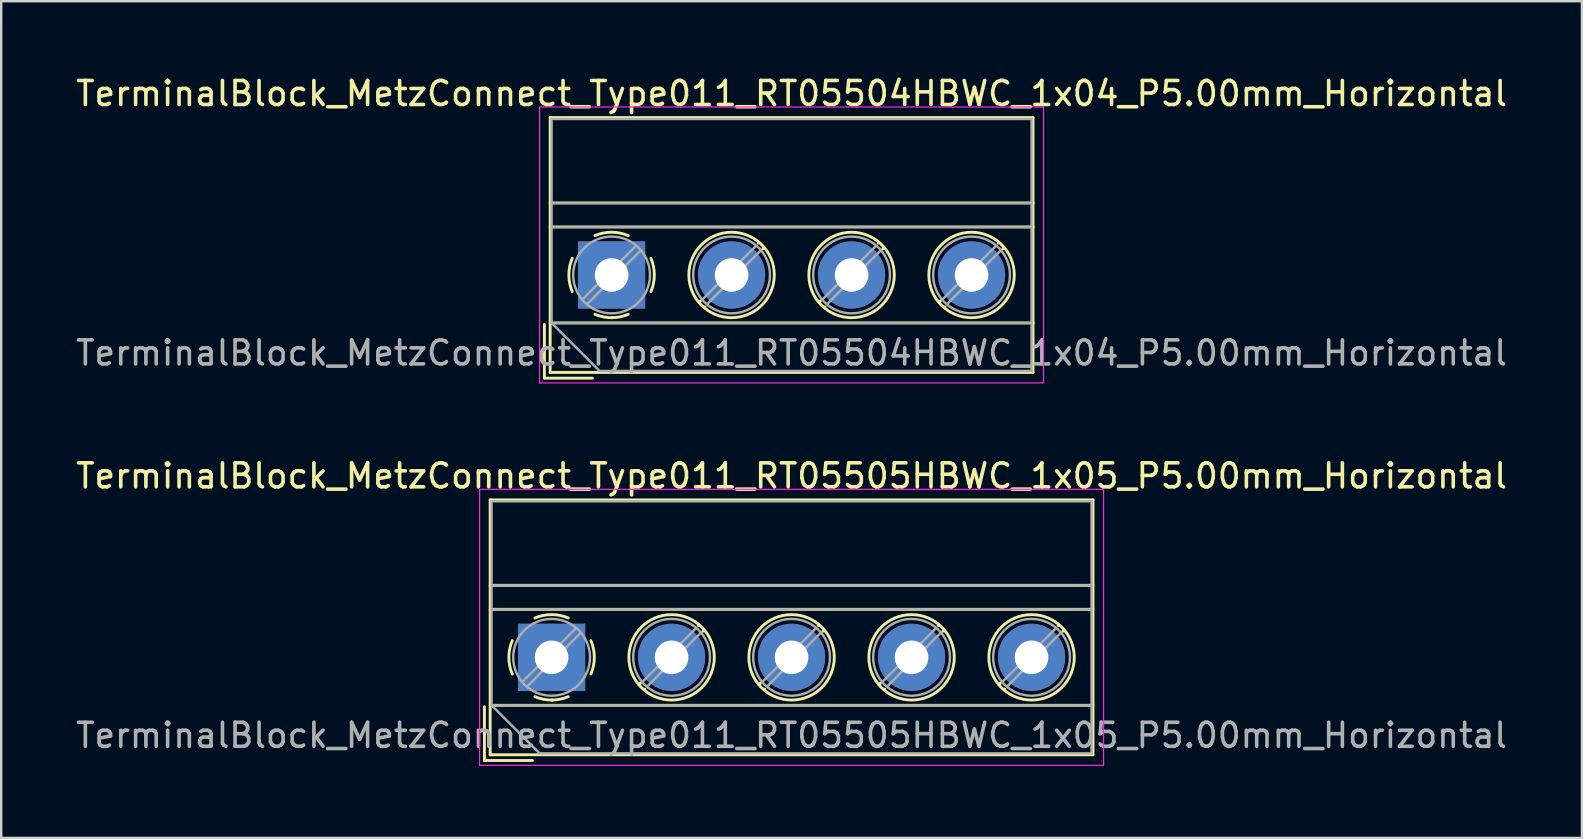
<source format=kicad_pcb>
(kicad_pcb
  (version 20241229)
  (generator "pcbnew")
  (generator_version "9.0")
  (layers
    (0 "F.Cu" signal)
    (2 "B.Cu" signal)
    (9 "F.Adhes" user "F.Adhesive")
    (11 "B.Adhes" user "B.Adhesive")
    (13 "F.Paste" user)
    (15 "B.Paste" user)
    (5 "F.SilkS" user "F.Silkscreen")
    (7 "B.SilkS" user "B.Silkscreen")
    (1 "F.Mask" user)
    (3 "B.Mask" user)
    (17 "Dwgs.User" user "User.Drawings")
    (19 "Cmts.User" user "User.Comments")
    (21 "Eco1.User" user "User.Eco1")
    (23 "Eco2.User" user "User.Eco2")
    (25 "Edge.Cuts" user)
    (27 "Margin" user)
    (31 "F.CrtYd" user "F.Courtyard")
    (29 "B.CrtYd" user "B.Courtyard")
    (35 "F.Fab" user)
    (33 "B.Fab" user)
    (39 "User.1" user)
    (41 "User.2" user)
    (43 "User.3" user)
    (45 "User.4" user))
  (footprint "TerminalBlock_MetzConnect_Type011_RT05504HBWC_1x04_P5.00mm_Horizontal"
    (layer "F.Cu")
    (at 22.435 8.408)
    (property "Reference" "TerminalBlock_MetzConnect_Type011_RT05504HBWC_1x04_P5.00mm_Horizontal" (at 7.5 -7.56 0) (layer "F.SilkS") (effects (font (size 1 1) (thickness 0.15))))
    (attr through_hole)
    (fp_line (start -2.8 2.06) (end -2.8 4.3) (stroke (width 0.12) (type solid)) (layer "F.SilkS"))
    (fp_line (start -2.8 4.3) (end -0.8 4.3) (stroke (width 0.12) (type solid)) (layer "F.SilkS"))
    (fp_line (start -2.56 -6.56) (end -2.56 4.06) (stroke (width 0.12) (type solid)) (layer "F.SilkS"))
    (fp_line (start -2.56 -6.56) (end 17.561 -6.56) (stroke (width 0.12) (type solid)) (layer "F.SilkS"))
    (fp_line (start -2.56 -3) (end 17.561 -3) (stroke (width 0.12) (type solid)) (layer "F.SilkS"))
    (fp_line (start -2.56 -2) (end 17.561 -2) (stroke (width 0.12) (type solid)) (layer "F.SilkS"))
    (fp_line (start -2.56 2) (end 17.561 2) (stroke (width 0.12) (type solid)) (layer "F.SilkS"))
    (fp_line (start -2.56 4.06) (end 17.561 4.06) (stroke (width 0.12) (type solid)) (layer "F.SilkS"))
    (fp_line (start 3.7 1.083) (end 3.65 1.133) (stroke (width 0.12) (type solid)) (layer "F.SilkS"))
    (fp_line (start 3.892 1.325) (end 3.868 1.35) (stroke (width 0.12) (type solid)) (layer "F.SilkS"))
    (fp_line (start 6.133 -1.35) (end 6.108 -1.326) (stroke (width 0.12) (type solid)) (layer "F.SilkS"))
    (fp_line (start 6.35 -1.133) (end 6.301 -1.083) (stroke (width 0.12) (type solid)) (layer "F.SilkS"))
    (fp_line (start 8.7 1.083) (end 8.65 1.133) (stroke (width 0.12) (type solid)) (layer "F.SilkS"))
    (fp_line (start 8.892 1.325) (end 8.868 1.35) (stroke (width 0.12) (type solid)) (layer "F.SilkS"))
    (fp_line (start 11.133 -1.35) (end 11.108 -1.326) (stroke (width 0.12) (type solid)) (layer "F.SilkS"))
    (fp_line (start 11.35 -1.133) (end 11.301 -1.083) (stroke (width 0.12) (type solid)) (layer "F.SilkS"))
    (fp_line (start 13.7 1.083) (end 13.65 1.133) (stroke (width 0.12) (type solid)) (layer "F.SilkS"))
    (fp_line (start 13.892 1.325) (end 13.868 1.35) (stroke (width 0.12) (type solid)) (layer "F.SilkS"))
    (fp_line (start 16.133 -1.35) (end 16.108 -1.326) (stroke (width 0.12) (type solid)) (layer "F.SilkS"))
    (fp_line (start 16.35 -1.133) (end 16.301 -1.083) (stroke (width 0.12) (type solid)) (layer "F.SilkS"))
    (fp_line (start 17.561 -6.56) (end 17.561 4.06) (stroke (width 0.12) (type solid)) (layer "F.SilkS"))
    (fp_arc (start -1.639206 0.695516) (mid -1.780657 -0.000263) (end -1.639 -0.696) (stroke (width 0.12) (type solid)) (layer "F.SilkS"))
    (fp_arc (start -0.695516 -1.639206) (mid 0.000263 -1.780657) (end 0.696 -1.639) (stroke (width 0.12) (type solid)) (layer "F.SilkS"))
    (fp_arc (start 0.030814 1.78039) (mid -0.340023 1.747891) (end -0.696 1.639) (stroke (width 0.12) (type solid)) (layer "F.SilkS"))
    (fp_arc (start 0.695501 1.638499) (mid 0.354875 1.744266) (end 0 1.78) (stroke (width 0.12) (type solid)) (layer "F.SilkS"))
    (fp_arc (start 1.639206 -0.695516) (mid 1.780657 0.000263) (end 1.639 0.696) (stroke (width 0.12) (type solid)) (layer "F.SilkS"))
    (fp_circle (center 5 0) (end 6.78 0) (stroke (width 0.12) (type solid)) (fill no) (layer "F.SilkS"))
    (fp_circle (center 10 0) (end 11.78 0) (stroke (width 0.12) (type solid)) (fill no) (layer "F.SilkS"))
    (fp_circle (center 15 0) (end 16.78 0) (stroke (width 0.12) (type solid)) (fill no) (layer "F.SilkS"))
    (fp_line (start -3 -7) (end -3 4.5) (stroke (width 0.05) (type solid)) (layer "F.CrtYd"))
    (fp_line (start -3 4.5) (end 18 4.5) (stroke (width 0.05) (type solid)) (layer "F.CrtYd"))
    (fp_line (start 18 -7) (end -3 -7) (stroke (width 0.05) (type solid)) (layer "F.CrtYd"))
    (fp_line (start 18 4.5) (end 18 -7) (stroke (width 0.05) (type solid)) (layer "F.CrtYd"))
    (fp_line (start -2.5 -6.5) (end 17.5 -6.5) (stroke (width 0.1) (type solid)) (layer "F.Fab"))
    (fp_line (start -2.5 -3) (end 17.5 -3) (stroke (width 0.1) (type solid)) (layer "F.Fab"))
    (fp_line (start -2.5 -2) (end 17.5 -2) (stroke (width 0.1) (type solid)) (layer "F.Fab"))
    (fp_line (start -2.5 2) (end -2.5 -6.5) (stroke (width 0.1) (type solid)) (layer "F.Fab"))
    (fp_line (start -2.5 2) (end 17.5 2) (stroke (width 0.1) (type solid)) (layer "F.Fab"))
    (fp_line (start -0.5 4) (end -2.5 2) (stroke (width 0.1) (type solid)) (layer "F.Fab"))
    (fp_line (start 1.019 -1.214) (end -1.214 1.018) (stroke (width 0.1) (type solid)) (layer "F.Fab"))
    (fp_line (start 1.214 -1.019) (end -1.019 1.214) (stroke (width 0.1) (type solid)) (layer "F.Fab"))
    (fp_line (start 6.019 -1.214) (end 3.787 1.018) (stroke (width 0.1) (type solid)) (layer "F.Fab"))
    (fp_line (start 6.214 -1.019) (end 3.982 1.214) (stroke (width 0.1) (type solid)) (layer "F.Fab"))
    (fp_line (start 11.019 -1.214) (end 8.787 1.018) (stroke (width 0.1) (type solid)) (layer "F.Fab"))
    (fp_line (start 11.214 -1.019) (end 8.982 1.214) (stroke (width 0.1) (type solid)) (layer "F.Fab"))
    (fp_line (start 16.019 -1.214) (end 13.787 1.018) (stroke (width 0.1) (type solid)) (layer "F.Fab"))
    (fp_line (start 16.214 -1.019) (end 13.982 1.214) (stroke (width 0.1) (type solid)) (layer "F.Fab"))
    (fp_line (start 17.5 -6.5) (end 17.5 4) (stroke (width 0.1) (type solid)) (layer "F.Fab"))
    (fp_line (start 17.5 4) (end -0.5 4) (stroke (width 0.1) (type solid)) (layer "F.Fab"))
    (fp_circle (center 0 0) (end 1.6 0) (stroke (width 0.1) (type solid)) (fill no) (layer "F.Fab"))
    (fp_circle (center 5 0) (end 6.6 0) (stroke (width 0.1) (type solid)) (fill no) (layer "F.Fab"))
    (fp_circle (center 10 0) (end 11.6 0) (stroke (width 0.1) (type solid)) (fill no) (layer "F.Fab"))
    (fp_circle (center 15 0) (end 16.6 0) (stroke (width 0.1) (type solid)) (fill no) (layer "F.Fab"))
    (fp_text user "${REFERENCE}" (at 7.5 3.25 0) (layer "F.Fab") (effects (font (size 1 1) (thickness 0.15))))
    (pad "1" thru_hole rect (at 0 0) (size 2.8 2.8) (drill 1.4) (layers "*.Cu" "*.Mask"))
    (pad "2" thru_hole circle (at 5 0) (size 2.8 2.8) (drill 1.4) (layers "*.Cu" "*.Mask"))
    (pad "3" thru_hole circle (at 10 0) (size 2.8 2.8) (drill 1.4) (layers "*.Cu" "*.Mask"))
    (pad "4" thru_hole circle (at 15 0) (size 2.8 2.8) (drill 1.4) (layers "*.Cu" "*.Mask")))
  (footprint "TerminalBlock_MetzConnect_Type011_RT05505HBWC_1x05_P5.00mm_Horizontal"
    (layer "F.Cu")
    (at 19.935 24.341)
    (property "Reference" "TerminalBlock_MetzConnect_Type011_RT05505HBWC_1x05_P5.00mm_Horizontal" (at 10 -7.56 0) (layer "F.SilkS") (effects (font (size 1 1) (thickness 0.15))))
    (attr through_hole)
    (fp_line (start -2.8 2.06) (end -2.8 4.3) (stroke (width 0.12) (type solid)) (layer "F.SilkS"))
    (fp_line (start -2.8 4.3) (end -0.8 4.3) (stroke (width 0.12) (type solid)) (layer "F.SilkS"))
    (fp_line (start -2.56 -6.56) (end -2.56 4.06) (stroke (width 0.12) (type solid)) (layer "F.SilkS"))
    (fp_line (start -2.56 -6.56) (end 22.56 -6.56) (stroke (width 0.12) (type solid)) (layer "F.SilkS"))
    (fp_line (start -2.56 -3) (end 22.56 -3) (stroke (width 0.12) (type solid)) (layer "F.SilkS"))
    (fp_line (start -2.56 -2) (end 22.56 -2) (stroke (width 0.12) (type solid)) (layer "F.SilkS"))
    (fp_line (start -2.56 2) (end 22.56 2) (stroke (width 0.12) (type solid)) (layer "F.SilkS"))
    (fp_line (start -2.56 4.06) (end 22.56 4.06) (stroke (width 0.12) (type solid)) (layer "F.SilkS"))
    (fp_line (start 3.7 1.083) (end 3.65 1.133) (stroke (width 0.12) (type solid)) (layer "F.SilkS"))
    (fp_line (start 3.892 1.325) (end 3.868 1.35) (stroke (width 0.12) (type solid)) (layer "F.SilkS"))
    (fp_line (start 6.133 -1.35) (end 6.108 -1.326) (stroke (width 0.12) (type solid)) (layer "F.SilkS"))
    (fp_line (start 6.35 -1.133) (end 6.301 -1.083) (stroke (width 0.12) (type solid)) (layer "F.SilkS"))
    (fp_line (start 8.7 1.083) (end 8.65 1.133) (stroke (width 0.12) (type solid)) (layer "F.SilkS"))
    (fp_line (start 8.892 1.325) (end 8.868 1.35) (stroke (width 0.12) (type solid)) (layer "F.SilkS"))
    (fp_line (start 11.133 -1.35) (end 11.108 -1.326) (stroke (width 0.12) (type solid)) (layer "F.SilkS"))
    (fp_line (start 11.35 -1.133) (end 11.301 -1.083) (stroke (width 0.12) (type solid)) (layer "F.SilkS"))
    (fp_line (start 13.7 1.083) (end 13.65 1.133) (stroke (width 0.12) (type solid)) (layer "F.SilkS"))
    (fp_line (start 13.892 1.325) (end 13.868 1.35) (stroke (width 0.12) (type solid)) (layer "F.SilkS"))
    (fp_line (start 16.133 -1.35) (end 16.108 -1.326) (stroke (width 0.12) (type solid)) (layer "F.SilkS"))
    (fp_line (start 16.35 -1.133) (end 16.301 -1.083) (stroke (width 0.12) (type solid)) (layer "F.SilkS"))
    (fp_line (start 18.7 1.083) (end 18.65 1.133) (stroke (width 0.12) (type solid)) (layer "F.SilkS"))
    (fp_line (start 18.892 1.325) (end 18.868 1.35) (stroke (width 0.12) (type solid)) (layer "F.SilkS"))
    (fp_line (start 21.133 -1.35) (end 21.108 -1.326) (stroke (width 0.12) (type solid)) (layer "F.SilkS"))
    (fp_line (start 21.35 -1.133) (end 21.301 -1.083) (stroke (width 0.12) (type solid)) (layer "F.SilkS"))
    (fp_line (start 22.56 -6.56) (end 22.56 4.06) (stroke (width 0.12) (type solid)) (layer "F.SilkS"))
    (fp_arc (start -1.639206 0.695516) (mid -1.780657 -0.000263) (end -1.639 -0.696) (stroke (width 0.12) (type solid)) (layer "F.SilkS"))
    (fp_arc (start -0.695516 -1.639206) (mid 0.000263 -1.780657) (end 0.696 -1.639) (stroke (width 0.12) (type solid)) (layer "F.SilkS"))
    (fp_arc (start 0.030814 1.78039) (mid -0.340023 1.747891) (end -0.696 1.639) (stroke (width 0.12) (type solid)) (layer "F.SilkS"))
    (fp_arc (start 0.695501 1.638499) (mid 0.354875 1.744266) (end 0 1.78) (stroke (width 0.12) (type solid)) (layer "F.SilkS"))
    (fp_arc (start 1.639206 -0.695516) (mid 1.780657 0.000263) (end 1.639 0.696) (stroke (width 0.12) (type solid)) (layer "F.SilkS"))
    (fp_circle (center 5 0) (end 6.78 0) (stroke (width 0.12) (type solid)) (fill no) (layer "F.SilkS"))
    (fp_circle (center 10 0) (end 11.78 0) (stroke (width 0.12) (type solid)) (fill no) (layer "F.SilkS"))
    (fp_circle (center 15 0) (end 16.78 0) (stroke (width 0.12) (type solid)) (fill no) (layer "F.SilkS"))
    (fp_circle (center 20 0) (end 21.78 0) (stroke (width 0.12) (type solid)) (fill no) (layer "F.SilkS"))
    (fp_line (start -3 -7) (end -3 4.5) (stroke (width 0.05) (type solid)) (layer "F.CrtYd"))
    (fp_line (start -3 4.5) (end 23 4.5) (stroke (width 0.05) (type solid)) (layer "F.CrtYd"))
    (fp_line (start 23 -7) (end -3 -7) (stroke (width 0.05) (type solid)) (layer "F.CrtYd"))
    (fp_line (start 23 4.5) (end 23 -7) (stroke (width 0.05) (type solid)) (layer "F.CrtYd"))
    (fp_line (start -2.5 -6.5) (end 22.5 -6.5) (stroke (width 0.1) (type solid)) (layer "F.Fab"))
    (fp_line (start -2.5 -3) (end 22.5 -3) (stroke (width 0.1) (type solid)) (layer "F.Fab"))
    (fp_line (start -2.5 -2) (end 22.5 -2) (stroke (width 0.1) (type solid)) (layer "F.Fab"))
    (fp_line (start -2.5 2) (end -2.5 -6.5) (stroke (width 0.1) (type solid)) (layer "F.Fab"))
    (fp_line (start -2.5 2) (end 22.5 2) (stroke (width 0.1) (type solid)) (layer "F.Fab"))
    (fp_line (start -0.5 4) (end -2.5 2) (stroke (width 0.1) (type solid)) (layer "F.Fab"))
    (fp_line (start 1.019 -1.214) (end -1.214 1.018) (stroke (width 0.1) (type solid)) (layer "F.Fab"))
    (fp_line (start 1.214 -1.019) (end -1.019 1.214) (stroke (width 0.1) (type solid)) (layer "F.Fab"))
    (fp_line (start 6.019 -1.214) (end 3.787 1.018) (stroke (width 0.1) (type solid)) (layer "F.Fab"))
    (fp_line (start 6.214 -1.019) (end 3.982 1.214) (stroke (width 0.1) (type solid)) (layer "F.Fab"))
    (fp_line (start 11.019 -1.214) (end 8.787 1.018) (stroke (width 0.1) (type solid)) (layer "F.Fab"))
    (fp_line (start 11.214 -1.019) (end 8.982 1.214) (stroke (width 0.1) (type solid)) (layer "F.Fab"))
    (fp_line (start 16.019 -1.214) (end 13.787 1.018) (stroke (width 0.1) (type solid)) (layer "F.Fab"))
    (fp_line (start 16.214 -1.019) (end 13.982 1.214) (stroke (width 0.1) (type solid)) (layer "F.Fab"))
    (fp_line (start 21.019 -1.214) (end 18.787 1.018) (stroke (width 0.1) (type solid)) (layer "F.Fab"))
    (fp_line (start 21.214 -1.019) (end 18.982 1.214) (stroke (width 0.1) (type solid)) (layer "F.Fab"))
    (fp_line (start 22.5 -6.5) (end 22.5 4) (stroke (width 0.1) (type solid)) (layer "F.Fab"))
    (fp_line (start 22.5 4) (end -0.5 4) (stroke (width 0.1) (type solid)) (layer "F.Fab"))
    (fp_circle (center 0 0) (end 1.6 0) (stroke (width 0.1) (type solid)) (fill no) (layer "F.Fab"))
    (fp_circle (center 5 0) (end 6.6 0) (stroke (width 0.1) (type solid)) (fill no) (layer "F.Fab"))
    (fp_circle (center 10 0) (end 11.6 0) (stroke (width 0.1) (type solid)) (fill no) (layer "F.Fab"))
    (fp_circle (center 15 0) (end 16.6 0) (stroke (width 0.1) (type solid)) (fill no) (layer "F.Fab"))
    (fp_circle (center 20 0) (end 21.6 0) (stroke (width 0.1) (type solid)) (fill no) (layer "F.Fab"))
    (fp_text user "${REFERENCE}" (at 10 3.25 0) (layer "F.Fab") (effects (font (size 1 1) (thickness 0.15))))
    (pad "1" thru_hole rect (at 0 0) (size 2.8 2.8) (drill 1.4) (layers "*.Cu" "*.Mask"))
    (pad "2" thru_hole circle (at 5 0) (size 2.8 2.8) (drill 1.4) (layers "*.Cu" "*.Mask"))
    (pad "3" thru_hole circle (at 10 0) (size 2.8 2.8) (drill 1.4) (layers "*.Cu" "*.Mask"))
    (pad "4" thru_hole circle (at 15 0) (size 2.8 2.8) (drill 1.4) (layers "*.Cu" "*.Mask"))
    (pad "5" thru_hole circle (at 20 0) (size 2.8 2.8) (drill 1.4) (layers "*.Cu" "*.Mask")))
  (gr_rect
    (start -3 -3)
    (end 62.869 31.866)
    (stroke (width 0.1) (type default))
    (fill no)
    (layer "Edge.Cuts")))
</source>
